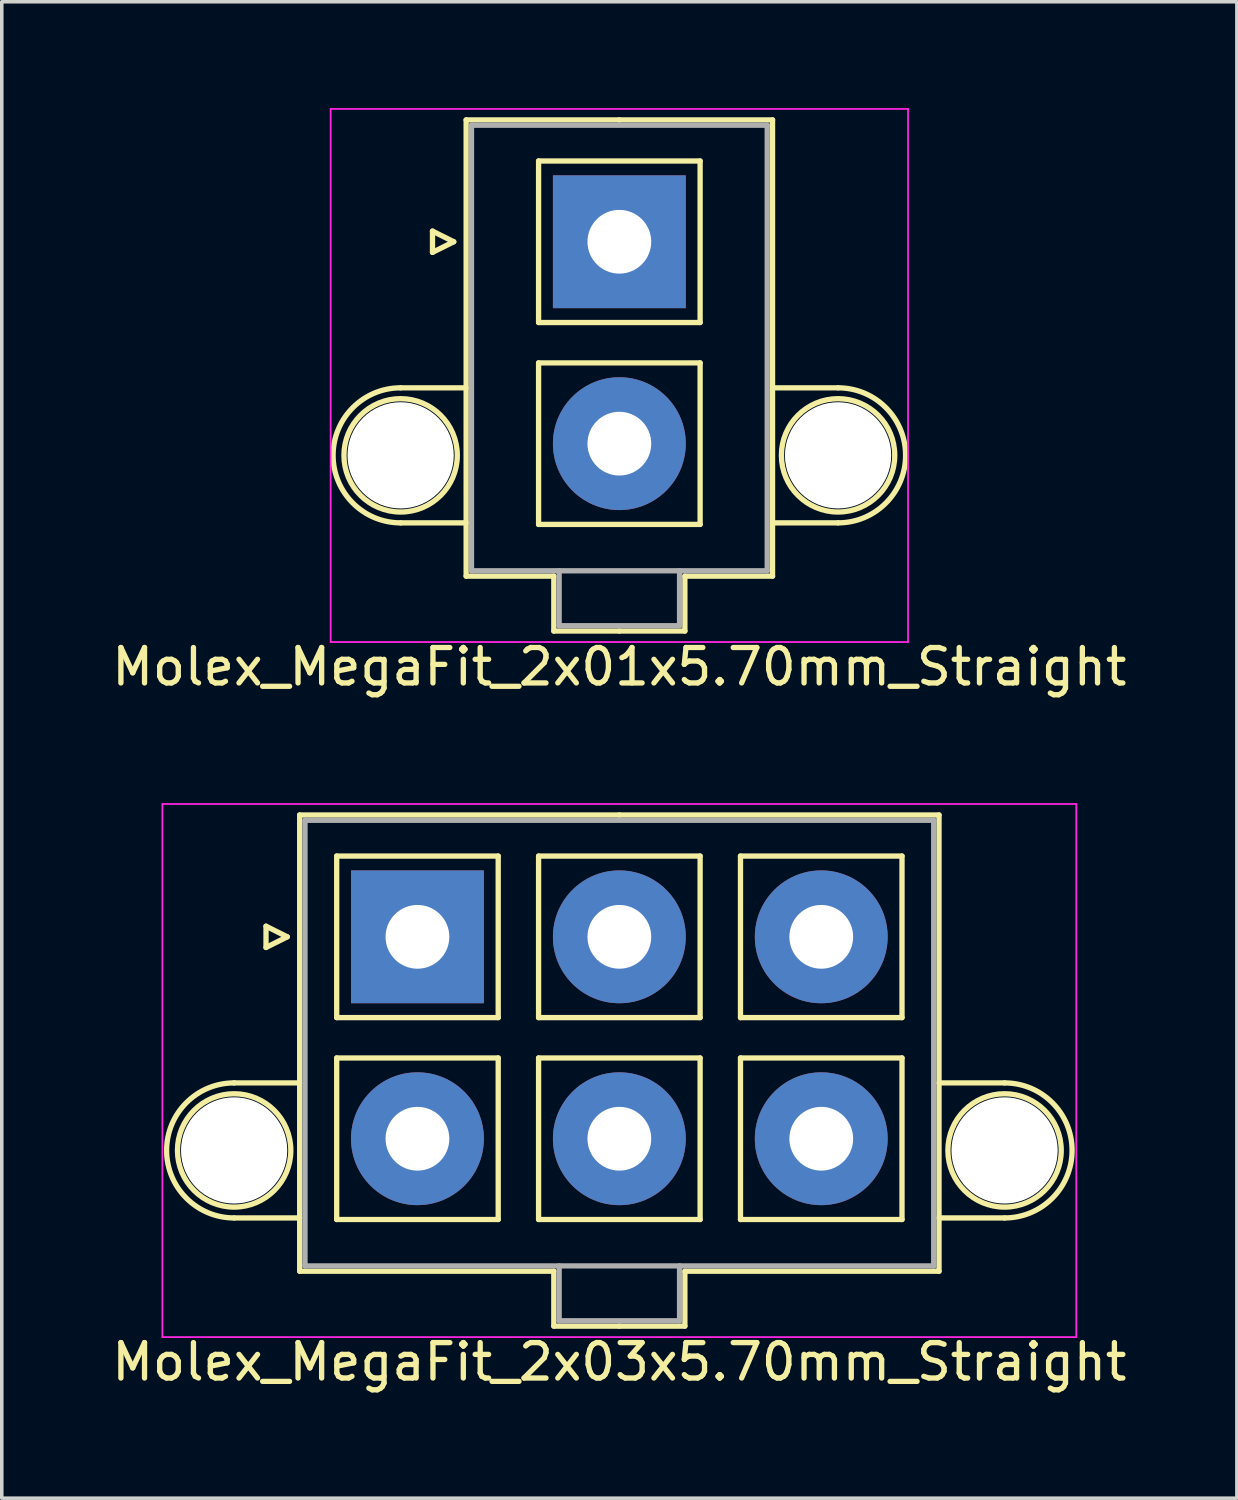
<source format=kicad_pcb>
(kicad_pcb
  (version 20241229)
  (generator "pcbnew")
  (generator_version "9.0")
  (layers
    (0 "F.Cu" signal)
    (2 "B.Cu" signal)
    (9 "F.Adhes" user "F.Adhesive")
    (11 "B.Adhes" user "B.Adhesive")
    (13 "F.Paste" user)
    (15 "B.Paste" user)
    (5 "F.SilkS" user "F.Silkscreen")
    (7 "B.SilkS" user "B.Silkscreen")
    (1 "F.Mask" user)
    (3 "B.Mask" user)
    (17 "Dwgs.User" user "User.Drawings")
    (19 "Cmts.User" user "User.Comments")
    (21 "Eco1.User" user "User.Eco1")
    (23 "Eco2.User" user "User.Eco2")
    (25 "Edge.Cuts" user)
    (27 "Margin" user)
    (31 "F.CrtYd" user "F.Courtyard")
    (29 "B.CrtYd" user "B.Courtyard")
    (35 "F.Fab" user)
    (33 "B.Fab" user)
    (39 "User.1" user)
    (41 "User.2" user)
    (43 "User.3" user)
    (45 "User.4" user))
  (footprint "Molex_MegaFit_2x03x5.70mm_Straight"
    (layer "F.Cu")
    (at 8.735 23.398)
    (property "Reference" "Molex_MegaFit_2x03x5.70mm_Straight" (at 5.7 12 0) (layer "F.SilkS") (effects (font (size 1 1) (thickness 0.15))))
    (attr through_hole)
    (fp_line (start -5.175 4.124) (end -3.325 4.124) (stroke (width 0.15) (type solid)) (layer "F.SilkS"))
    (fp_line (start -5.175 7.936) (end -3.325 7.936) (stroke (width 0.15) (type solid)) (layer "F.SilkS"))
    (fp_line (start -4.275 -0.3) (end -3.675 0) (stroke (width 0.15) (type solid)) (layer "F.SilkS"))
    (fp_line (start -4.275 0.3) (end -4.275 -0.3) (stroke (width 0.15) (type solid)) (layer "F.SilkS"))
    (fp_line (start -3.675 0) (end -4.275 0.3) (stroke (width 0.15) (type solid)) (layer "F.SilkS"))
    (fp_line (start -3.325 -3.44) (end -3.325 9.44) (stroke (width 0.15) (type solid)) (layer "F.SilkS"))
    (fp_line (start -3.325 9.44) (end 3.85 9.44) (stroke (width 0.15) (type solid)) (layer "F.SilkS"))
    (fp_line (start -2.28 -2.28) (end -2.28 2.28) (stroke (width 0.15) (type solid)) (layer "F.SilkS"))
    (fp_line (start -2.28 2.28) (end 2.28 2.28) (stroke (width 0.15) (type solid)) (layer "F.SilkS"))
    (fp_line (start -2.28 3.42) (end -2.28 7.98) (stroke (width 0.15) (type solid)) (layer "F.SilkS"))
    (fp_line (start -2.28 7.98) (end 2.28 7.98) (stroke (width 0.15) (type solid)) (layer "F.SilkS"))
    (fp_line (start 2.28 -2.28) (end -2.28 -2.28) (stroke (width 0.15) (type solid)) (layer "F.SilkS"))
    (fp_line (start 2.28 2.28) (end 2.28 -2.28) (stroke (width 0.15) (type solid)) (layer "F.SilkS"))
    (fp_line (start 2.28 3.42) (end -2.28 3.42) (stroke (width 0.15) (type solid)) (layer "F.SilkS"))
    (fp_line (start 2.28 7.98) (end 2.28 3.42) (stroke (width 0.15) (type solid)) (layer "F.SilkS"))
    (fp_line (start 3.42 -2.28) (end 3.42 2.28) (stroke (width 0.15) (type solid)) (layer "F.SilkS"))
    (fp_line (start 3.42 2.28) (end 7.98 2.28) (stroke (width 0.15) (type solid)) (layer "F.SilkS"))
    (fp_line (start 3.42 3.42) (end 3.42 7.98) (stroke (width 0.15) (type solid)) (layer "F.SilkS"))
    (fp_line (start 3.42 7.98) (end 7.98 7.98) (stroke (width 0.15) (type solid)) (layer "F.SilkS"))
    (fp_line (start 3.85 9.44) (end 3.85 10.99) (stroke (width 0.15) (type solid)) (layer "F.SilkS"))
    (fp_line (start 3.85 10.99) (end 5.7 10.99) (stroke (width 0.15) (type solid)) (layer "F.SilkS"))
    (fp_line (start 5.7 -3.44) (end -3.325 -3.44) (stroke (width 0.15) (type solid)) (layer "F.SilkS"))
    (fp_line (start 5.7 -3.44) (end 14.725 -3.44) (stroke (width 0.15) (type solid)) (layer "F.SilkS"))
    (fp_line (start 7.55 9.44) (end 7.55 10.99) (stroke (width 0.15) (type solid)) (layer "F.SilkS"))
    (fp_line (start 7.55 10.99) (end 5.7 10.99) (stroke (width 0.15) (type solid)) (layer "F.SilkS"))
    (fp_line (start 7.98 -2.28) (end 3.42 -2.28) (stroke (width 0.15) (type solid)) (layer "F.SilkS"))
    (fp_line (start 7.98 2.28) (end 7.98 -2.28) (stroke (width 0.15) (type solid)) (layer "F.SilkS"))
    (fp_line (start 7.98 3.42) (end 3.42 3.42) (stroke (width 0.15) (type solid)) (layer "F.SilkS"))
    (fp_line (start 7.98 7.98) (end 7.98 3.42) (stroke (width 0.15) (type solid)) (layer "F.SilkS"))
    (fp_line (start 9.12 -2.28) (end 9.12 2.28) (stroke (width 0.15) (type solid)) (layer "F.SilkS"))
    (fp_line (start 9.12 2.28) (end 13.68 2.28) (stroke (width 0.15) (type solid)) (layer "F.SilkS"))
    (fp_line (start 9.12 3.42) (end 9.12 7.98) (stroke (width 0.15) (type solid)) (layer "F.SilkS"))
    (fp_line (start 9.12 7.98) (end 13.68 7.98) (stroke (width 0.15) (type solid)) (layer "F.SilkS"))
    (fp_line (start 13.68 -2.28) (end 9.12 -2.28) (stroke (width 0.15) (type solid)) (layer "F.SilkS"))
    (fp_line (start 13.68 2.28) (end 13.68 -2.28) (stroke (width 0.15) (type solid)) (layer "F.SilkS"))
    (fp_line (start 13.68 3.42) (end 9.12 3.42) (stroke (width 0.15) (type solid)) (layer "F.SilkS"))
    (fp_line (start 13.68 7.98) (end 13.68 3.42) (stroke (width 0.15) (type solid)) (layer "F.SilkS"))
    (fp_line (start 14.725 -3.44) (end 14.725 9.44) (stroke (width 0.15) (type solid)) (layer "F.SilkS"))
    (fp_line (start 14.725 9.44) (end 7.55 9.44) (stroke (width 0.15) (type solid)) (layer "F.SilkS"))
    (fp_line (start 16.575 4.124) (end 14.725 4.124) (stroke (width 0.15) (type solid)) (layer "F.SilkS"))
    (fp_line (start 16.575 7.936) (end 14.725 7.936) (stroke (width 0.15) (type solid)) (layer "F.SilkS"))
    (fp_arc (start -5.175 7.93625) (mid -7.08125 6.03) (end -5.175 4.12375) (stroke (width 0.15) (type solid)) (layer "F.SilkS"))
    (fp_arc (start 16.575 4.12375) (mid 18.48125 6.03) (end 16.575 7.93625) (stroke (width 0.15) (type solid)) (layer "F.SilkS"))
    (fp_circle (center -5.175 6.03) (end -3.575 6.03) (stroke (width 0.15) (type solid)) (fill no) (layer "F.SilkS"))
    (fp_circle (center 16.575 6.03) (end 18.175 6.03) (stroke (width 0.15) (type solid)) (fill no) (layer "F.SilkS"))
    (fp_line (start -7.2 -3.75) (end -7.2 11.3) (stroke (width 0.05) (type solid)) (layer "F.CrtYd"))
    (fp_line (start -7.2 11.3) (end 18.6 11.3) (stroke (width 0.05) (type solid)) (layer "F.CrtYd"))
    (fp_line (start 18.6 -3.75) (end -7.2 -3.75) (stroke (width 0.05) (type solid)) (layer "F.CrtYd"))
    (fp_line (start 18.6 11.3) (end 18.6 -3.75) (stroke (width 0.05) (type solid)) (layer "F.CrtYd"))
    (fp_line (start -3.175 -3.29) (end -3.175 9.29) (stroke (width 0.15) (type solid)) (layer "F.Fab"))
    (fp_line (start -3.175 9.29) (end 14.575 9.29) (stroke (width 0.15) (type solid)) (layer "F.Fab"))
    (fp_line (start 4 9.29) (end 4 10.84) (stroke (width 0.15) (type solid)) (layer "F.Fab"))
    (fp_line (start 4 10.84) (end 7.4 10.84) (stroke (width 0.15) (type solid)) (layer "F.Fab"))
    (fp_line (start 7.4 10.84) (end 7.4 9.29) (stroke (width 0.15) (type solid)) (layer "F.Fab"))
    (fp_line (start 14.575 -3.29) (end -3.175 -3.29) (stroke (width 0.15) (type solid)) (layer "F.Fab"))
    (fp_line (start 14.575 9.29) (end 14.575 -3.29) (stroke (width 0.15) (type solid)) (layer "F.Fab"))
    (pad "" np_thru_hole circle (at -5.175 6.03) (size 3 3) (drill 3) (layers "*.Cu"))
    (pad "" np_thru_hole circle (at 16.575 6.03) (size 3 3) (drill 3) (layers "*.Cu"))
    (pad "1" thru_hole rect (at 0 0) (size 3.75 3.75) (drill 1.8) (layers "*.Cu" "*.Mask"))
    (pad "2" thru_hole circle (at 5.7 0) (size 3.75 3.75) (drill 1.8) (layers "*.Cu" "*.Mask"))
    (pad "3" thru_hole circle (at 11.4 0) (size 3.75 3.75) (drill 1.8) (layers "*.Cu" "*.Mask"))
    (pad "4" thru_hole circle (at 0 5.7) (size 3.75 3.75) (drill 1.8) (layers "*.Cu" "*.Mask"))
    (pad "5" thru_hole circle (at 5.7 5.7) (size 3.75 3.75) (drill 1.8) (layers "*.Cu" "*.Mask"))
    (pad "6" thru_hole circle (at 11.4 5.7) (size 3.75 3.75) (drill 1.8) (layers "*.Cu" "*.Mask")))
  (footprint "Molex_MegaFit_2x01x5.70mm_Straight"
    (layer "F.Cu")
    (at 14.435 3.775)
    (property "Reference" "Molex_MegaFit_2x01x5.70mm_Straight" (at 0 12 0) (layer "F.SilkS") (effects (font (size 1 1) (thickness 0.15))))
    (attr through_hole)
    (fp_line (start -6.175 4.124) (end -4.325 4.124) (stroke (width 0.15) (type solid)) (layer "F.SilkS"))
    (fp_line (start -6.175 7.936) (end -4.325 7.936) (stroke (width 0.15) (type solid)) (layer "F.SilkS"))
    (fp_line (start -5.275 -0.3) (end -4.675 0) (stroke (width 0.15) (type solid)) (layer "F.SilkS"))
    (fp_line (start -5.275 0.3) (end -5.275 -0.3) (stroke (width 0.15) (type solid)) (layer "F.SilkS"))
    (fp_line (start -4.675 0) (end -5.275 0.3) (stroke (width 0.15) (type solid)) (layer "F.SilkS"))
    (fp_line (start -4.325 -3.44) (end -4.325 9.44) (stroke (width 0.15) (type solid)) (layer "F.SilkS"))
    (fp_line (start -4.325 9.44) (end -1.85 9.44) (stroke (width 0.15) (type solid)) (layer "F.SilkS"))
    (fp_line (start -2.28 -2.28) (end -2.28 2.28) (stroke (width 0.15) (type solid)) (layer "F.SilkS"))
    (fp_line (start -2.28 2.28) (end 2.28 2.28) (stroke (width 0.15) (type solid)) (layer "F.SilkS"))
    (fp_line (start -2.28 3.42) (end -2.28 7.98) (stroke (width 0.15) (type solid)) (layer "F.SilkS"))
    (fp_line (start -2.28 7.98) (end 2.28 7.98) (stroke (width 0.15) (type solid)) (layer "F.SilkS"))
    (fp_line (start -1.85 9.44) (end -1.85 10.99) (stroke (width 0.15) (type solid)) (layer "F.SilkS"))
    (fp_line (start -1.85 10.99) (end 0 10.99) (stroke (width 0.15) (type solid)) (layer "F.SilkS"))
    (fp_line (start 0 -3.44) (end -4.325 -3.44) (stroke (width 0.15) (type solid)) (layer "F.SilkS"))
    (fp_line (start 0 -3.44) (end 4.325 -3.44) (stroke (width 0.15) (type solid)) (layer "F.SilkS"))
    (fp_line (start 1.85 9.44) (end 1.85 10.99) (stroke (width 0.15) (type solid)) (layer "F.SilkS"))
    (fp_line (start 1.85 10.99) (end 0 10.99) (stroke (width 0.15) (type solid)) (layer "F.SilkS"))
    (fp_line (start 2.28 -2.28) (end -2.28 -2.28) (stroke (width 0.15) (type solid)) (layer "F.SilkS"))
    (fp_line (start 2.28 2.28) (end 2.28 -2.28) (stroke (width 0.15) (type solid)) (layer "F.SilkS"))
    (fp_line (start 2.28 3.42) (end -2.28 3.42) (stroke (width 0.15) (type solid)) (layer "F.SilkS"))
    (fp_line (start 2.28 7.98) (end 2.28 3.42) (stroke (width 0.15) (type solid)) (layer "F.SilkS"))
    (fp_line (start 4.325 -3.44) (end 4.325 9.44) (stroke (width 0.15) (type solid)) (layer "F.SilkS"))
    (fp_line (start 4.325 9.44) (end 1.85 9.44) (stroke (width 0.15) (type solid)) (layer "F.SilkS"))
    (fp_line (start 6.175 4.124) (end 4.325 4.124) (stroke (width 0.15) (type solid)) (layer "F.SilkS"))
    (fp_line (start 6.175 7.936) (end 4.325 7.936) (stroke (width 0.15) (type solid)) (layer "F.SilkS"))
    (fp_arc (start -6.175 7.93625) (mid -8.08125 6.03) (end -6.175 4.12375) (stroke (width 0.15) (type solid)) (layer "F.SilkS"))
    (fp_arc (start 6.175 4.12375) (mid 8.08125 6.03) (end 6.175 7.93625) (stroke (width 0.15) (type solid)) (layer "F.SilkS"))
    (fp_circle (center -6.175 6.03) (end -4.575 6.03) (stroke (width 0.15) (type solid)) (fill no) (layer "F.SilkS"))
    (fp_circle (center 6.175 6.03) (end 7.775 6.03) (stroke (width 0.15) (type solid)) (fill no) (layer "F.SilkS"))
    (fp_line (start -8.15 -3.75) (end -8.15 11.3) (stroke (width 0.05) (type solid)) (layer "F.CrtYd"))
    (fp_line (start -8.15 11.3) (end 8.15 11.3) (stroke (width 0.05) (type solid)) (layer "F.CrtYd"))
    (fp_line (start 8.15 -3.75) (end -8.15 -3.75) (stroke (width 0.05) (type solid)) (layer "F.CrtYd"))
    (fp_line (start 8.15 11.3) (end 8.15 -3.75) (stroke (width 0.05) (type solid)) (layer "F.CrtYd"))
    (fp_line (start -4.175 -3.29) (end -4.175 9.29) (stroke (width 0.15) (type solid)) (layer "F.Fab"))
    (fp_line (start -4.175 9.29) (end 4.175 9.29) (stroke (width 0.15) (type solid)) (layer "F.Fab"))
    (fp_line (start -1.7 9.29) (end -1.7 10.84) (stroke (width 0.15) (type solid)) (layer "F.Fab"))
    (fp_line (start -1.7 10.84) (end 1.7 10.84) (stroke (width 0.15) (type solid)) (layer "F.Fab"))
    (fp_line (start 1.7 10.84) (end 1.7 9.29) (stroke (width 0.15) (type solid)) (layer "F.Fab"))
    (fp_line (start 4.175 -3.29) (end -4.175 -3.29) (stroke (width 0.15) (type solid)) (layer "F.Fab"))
    (fp_line (start 4.175 9.29) (end 4.175 -3.29) (stroke (width 0.15) (type solid)) (layer "F.Fab"))
    (pad "" np_thru_hole circle (at -6.175 6.03) (size 3 3) (drill 3) (layers "*.Cu"))
    (pad "" np_thru_hole circle (at 6.175 6.03) (size 3 3) (drill 3) (layers "*.Cu"))
    (pad "1" thru_hole rect (at 0 0) (size 3.75 3.75) (drill 1.8) (layers "*.Cu" "*.Mask"))
    (pad "2" thru_hole circle (at 0 5.7) (size 3.75 3.75) (drill 1.8) (layers "*.Cu" "*.Mask")))
  (gr_rect
    (start -3 -3)
    (end 31.869 39.246)
    (stroke (width 0.1) (type default))
    (fill no)
    (layer "Edge.Cuts")))
</source>
